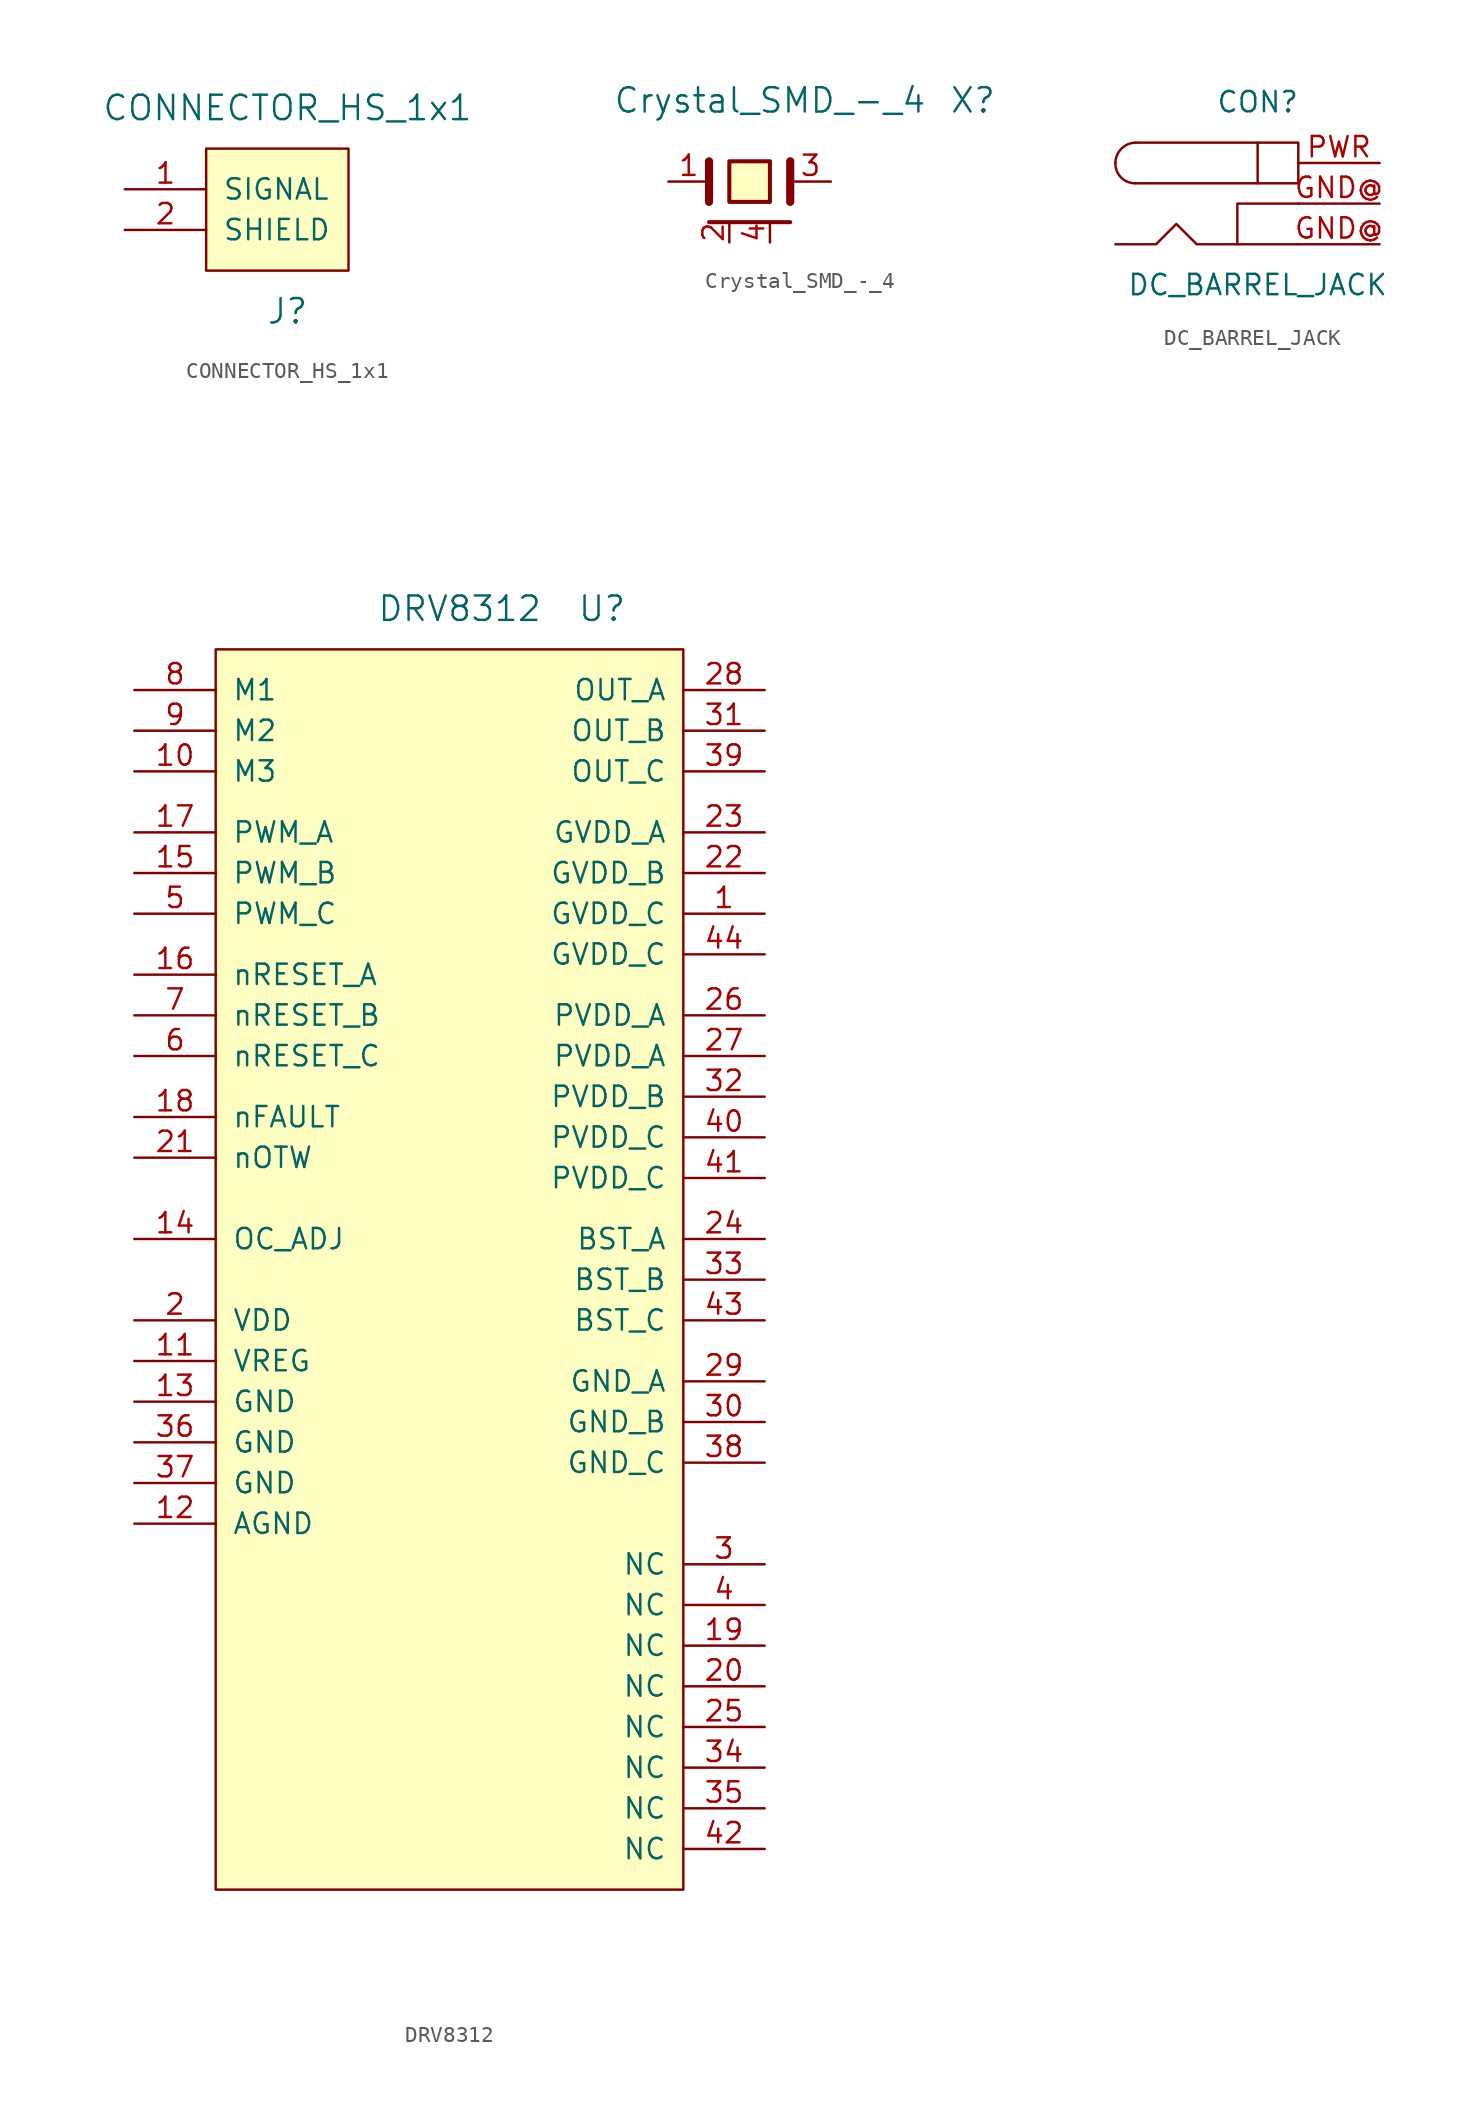
<source format=kicad_sym>
(kicad_symbol_lib
  (version 20211014)
  (generator kicad_symbol_editor)
  (symbol "CONNECTOR_HS_1x1"
    (pin_names
      (offset 1.016))
    (property "Reference" "J"
      (at 0 -6.35 0)
      (effects (font (size 1.524 1.524))))
    (property "Value" "CONNECTOR_HS_1x1"
      (at 0 6.35 0)
      (effects (font (size 1.524 1.524))))
    (symbol "CONNECTOR_HS_1x1_0_1"
      (rectangle (start -5.08 3.81) (end 3.81 -3.81) (stroke (width 0) (type default) (color 0 0 0 0)) (fill (type background))))
    (symbol "CONNECTOR_HS_1x1_1_1"
      (pin input line (at -10.16 1.27 0) (length 5.08) (name "SIGNAL" (effects (font (size 1.27 1.27)))) (number "1" (effects (font (size 1.27 1.27)))))
      (pin input line (at -10.16 -1.27 0) (length 5.08) (name "SHIELD" (effects (font (size 1.27 1.27)))) (number "2" (effects (font (size 1.27 1.27)))))))
  (symbol "Crystal_SMD_-_4"
    (pin_names
      (offset 1.016))
    (property "Reference" "X"
      (at 13.97 5.08 0)
      (effects (font (size 1.524 1.524))))
    (property "Value" "Crystal_SMD_-_4"
      (at 1.27 5.08 0)
      (effects (font (size 1.524 1.524))))
    (property "Footprint" ""
      (at 0 0 0)
      (effects (font (size 1.524 1.524))))
    (property "Datasheet" ""
      (at 0 0 0)
      (effects (font (size 1.524 1.524))))
    (symbol "Crystal_SMD_-_4_0_1"
      (rectangle (start -1.27 1.27) (end 1.27 -1.27) (stroke (width 0.254) (type default) (color 0 0 0 0)) (fill (type background)))
      (polyline (pts (xy -2.54 -2.54) (xy 2.54 -2.54)) (stroke (width 0.254) (type default) (color 0 0 0 0)) (fill (type none)))
      (polyline (pts (xy -2.54 -1.27) (xy -2.54 1.27)) (stroke (width 0.508) (type default) (color 0 0 0 0)) (fill (type none)))
      (polyline (pts (xy 2.54 -1.27) (xy 2.54 1.27)) (stroke (width 0.508) (type default) (color 0 0 0 0)) (fill (type none))))
    (symbol "Crystal_SMD_-_4_1_1"
      (pin input line (at -5.08 0 0) (length 2.54) (name "~" (effects (font (size 1.27 1.27)))) (number "1" (effects (font (size 1.27 1.27)))))
      (pin input line (at -1.27 -3.81 90) (length 1.27) (name "~" (effects (font (size 1.27 1.27)))) (number "2" (effects (font (size 1.27 1.27)))))
      (pin input line (at 5.08 0 180) (length 2.54) (name "~" (effects (font (size 1.27 1.27)))) (number "3" (effects (font (size 1.27 1.27)))))
      (pin input line (at 1.27 -3.81 90) (length 1.27) (name "~" (effects (font (size 1.27 1.27)))) (number "4" (effects (font (size 1.27 1.27)))))))
  (symbol "DC_BARREL_JACK"
    (pin_names
      (offset 1.016))
    (property "Reference" "CON"
      (at 0 6.35 0)
      (effects (font (size 1.27 1.27))))
    (property "Value" "DC_BARREL_JACK"
      (at 0 -5.08 0)
      (effects (font (size 1.27 1.27))))
    (property "Footprint" ""
      (at 0 0 0)
      (effects (font (size 1.27 1.27))))
    (property "Datasheet" ""
      (at 0 0 0)
      (effects (font (size 1.27 1.27))))
    (symbol "DC_BARREL_JACK_0_1"
      (arc (start -8.89 2.54) (mid -8.5271 1.6254) (end -7.62 1.27) (stroke (width 0) (type default) (color 0 0 0 0)) (fill (type none)))
      (arc (start -7.62 3.81) (mid -8.5088 3.4366) (end -8.89 2.54) (stroke (width 0) (type default) (color 0 0 0 0)) (fill (type none)))
      (polyline (pts (xy -7.62 1.27) (xy 0 1.27)) (stroke (width 0) (type default) (color 0 0 0 0)) (fill (type none)))
      (polyline (pts (xy 0 3.81) (xy -7.62 3.81)) (stroke (width 0) (type default) (color 0 0 0 0)) (fill (type none)))
      (polyline (pts (xy 2.54 0) (xy -1.27 0) (xy -1.27 -2.54)) (stroke (width 0) (type default) (color 0 0 0 0)) (fill (type none)))
      (polyline (pts (xy 2.54 -2.54) (xy -3.81 -2.54) (xy -5.08 -1.27) (xy -6.35 -2.54) (xy -8.89 -2.54)) (stroke (width 0) (type default) (color 0 0 0 0)) (fill (type none)))
      (rectangle (start 2.54 3.81) (end 0 1.27) (stroke (width 0) (type default) (color 0 0 0 0)) (fill (type none))))
    (symbol "DC_BARREL_JACK_1_1"
      (pin passive line (at 7.62 -2.54 180) (length 5.08) (name "~" (effects (font (size 1.27 1.27)))) (number "GND@" (effects (font (size 1.27 1.27)))))
      (pin passive line (at 7.62 0 180) (length 5.08) (name "~" (effects (font (size 1.27 1.27)))) (number "GND@" (effects (font (size 1.27 1.27)))))
      (pin passive line (at 7.62 2.54 180) (length 5.08) (name "~" (effects (font (size 1.27 1.27)))) (number "PWR" (effects (font (size 1.27 1.27)))))))
  (symbol "DRV8312"
    (pin_names
      (offset 1.016))
    (property "Reference" "U"
      (at 8.89 16.51 0)
      (effects (font (size 1.524 1.524))))
    (property "Value" "DRV8312"
      (at 0 16.51 0)
      (effects (font (size 1.524 1.524))))
    (property "Footprint" ""
      (at -7.62 0 0)
      (effects (font (size 1.524 1.524))))
    (property "Datasheet" ""
      (at -7.62 0 0)
      (effects (font (size 1.524 1.524))))
    (symbol "DRV8312_0_1"
      (rectangle (start -15.24 13.97) (end 13.97 -63.5) (stroke (width 0) (type default) (color 0 0 0 0)) (fill (type background))))
    (symbol "DRV8312_1_1"
      (pin input line (at 19.05 -2.54 180) (length 5.08) (name "GVDD_C" (effects (font (size 1.27 1.27)))) (number "1" (effects (font (size 1.27 1.27)))))
      (pin input line (at -20.32 6.35 0) (length 5.08) (name "M3" (effects (font (size 1.27 1.27)))) (number "10" (effects (font (size 1.27 1.27)))))
      (pin input line (at -20.32 -30.48 0) (length 5.08) (name "VREG" (effects (font (size 1.27 1.27)))) (number "11" (effects (font (size 1.27 1.27)))))
      (pin input line (at -20.32 -40.64 0) (length 5.08) (name "AGND" (effects (font (size 1.27 1.27)))) (number "12" (effects (font (size 1.27 1.27)))))
      (pin input line (at -20.32 -33.02 0) (length 5.08) (name "GND" (effects (font (size 1.27 1.27)))) (number "13" (effects (font (size 1.27 1.27)))))
      (pin input line (at -20.32 -22.86 0) (length 5.08) (name "OC_ADJ" (effects (font (size 1.27 1.27)))) (number "14" (effects (font (size 1.27 1.27)))))
      (pin input line (at -20.32 0 0) (length 5.08) (name "PWM_B" (effects (font (size 1.27 1.27)))) (number "15" (effects (font (size 1.27 1.27)))))
      (pin input line (at -20.32 -6.35 0) (length 5.08) (name "nRESET_A" (effects (font (size 1.27 1.27)))) (number "16" (effects (font (size 1.27 1.27)))))
      (pin input line (at -20.32 2.54 0) (length 5.08) (name "PWM_A" (effects (font (size 1.27 1.27)))) (number "17" (effects (font (size 1.27 1.27)))))
      (pin input line (at -20.32 -15.24 0) (length 5.08) (name "nFAULT" (effects (font (size 1.27 1.27)))) (number "18" (effects (font (size 1.27 1.27)))))
      (pin input line (at 19.05 -48.26 180) (length 5.08) (name "NC" (effects (font (size 1.27 1.27)))) (number "19" (effects (font (size 1.27 1.27)))))
      (pin input line (at -20.32 -27.94 0) (length 5.08) (name "VDD" (effects (font (size 1.27 1.27)))) (number "2" (effects (font (size 1.27 1.27)))))
      (pin input line (at 19.05 -50.8 180) (length 5.08) (name "NC" (effects (font (size 1.27 1.27)))) (number "20" (effects (font (size 1.27 1.27)))))
      (pin input line (at -20.32 -17.78 0) (length 5.08) (name "nOTW" (effects (font (size 1.27 1.27)))) (number "21" (effects (font (size 1.27 1.27)))))
      (pin input line (at 19.05 0 180) (length 5.08) (name "GVDD_B" (effects (font (size 1.27 1.27)))) (number "22" (effects (font (size 1.27 1.27)))))
      (pin input line (at 19.05 2.54 180) (length 5.08) (name "GVDD_A" (effects (font (size 1.27 1.27)))) (number "23" (effects (font (size 1.27 1.27)))))
      (pin input line (at 19.05 -22.86 180) (length 5.08) (name "BST_A" (effects (font (size 1.27 1.27)))) (number "24" (effects (font (size 1.27 1.27)))))
      (pin input line (at 19.05 -53.34 180) (length 5.08) (name "NC" (effects (font (size 1.27 1.27)))) (number "25" (effects (font (size 1.27 1.27)))))
      (pin input line (at 19.05 -8.89 180) (length 5.08) (name "PVDD_A" (effects (font (size 1.27 1.27)))) (number "26" (effects (font (size 1.27 1.27)))))
      (pin input line (at 19.05 -11.43 180) (length 5.08) (name "PVDD_A" (effects (font (size 1.27 1.27)))) (number "27" (effects (font (size 1.27 1.27)))))
      (pin input line (at 19.05 11.43 180) (length 5.08) (name "OUT_A" (effects (font (size 1.27 1.27)))) (number "28" (effects (font (size 1.27 1.27)))))
      (pin input line (at 19.05 -31.75 180) (length 5.08) (name "GND_A" (effects (font (size 1.27 1.27)))) (number "29" (effects (font (size 1.27 1.27)))))
      (pin input line (at 19.05 -43.18 180) (length 5.08) (name "NC" (effects (font (size 1.27 1.27)))) (number "3" (effects (font (size 1.27 1.27)))))
      (pin input line (at 19.05 -34.29 180) (length 5.08) (name "GND_B" (effects (font (size 1.27 1.27)))) (number "30" (effects (font (size 1.27 1.27)))))
      (pin input line (at 19.05 8.89 180) (length 5.08) (name "OUT_B" (effects (font (size 1.27 1.27)))) (number "31" (effects (font (size 1.27 1.27)))))
      (pin input line (at 19.05 -13.97 180) (length 5.08) (name "PVDD_B" (effects (font (size 1.27 1.27)))) (number "32" (effects (font (size 1.27 1.27)))))
      (pin input line (at 19.05 -25.4 180) (length 5.08) (name "BST_B" (effects (font (size 1.27 1.27)))) (number "33" (effects (font (size 1.27 1.27)))))
      (pin input line (at 19.05 -55.88 180) (length 5.08) (name "NC" (effects (font (size 1.27 1.27)))) (number "34" (effects (font (size 1.27 1.27)))))
      (pin input line (at 19.05 -58.42 180) (length 5.08) (name "NC" (effects (font (size 1.27 1.27)))) (number "35" (effects (font (size 1.27 1.27)))))
      (pin input line (at -20.32 -35.56 0) (length 5.08) (name "GND" (effects (font (size 1.27 1.27)))) (number "36" (effects (font (size 1.27 1.27)))))
      (pin input line (at -20.32 -38.1 0) (length 5.08) (name "GND" (effects (font (size 1.27 1.27)))) (number "37" (effects (font (size 1.27 1.27)))))
      (pin input line (at 19.05 -36.83 180) (length 5.08) (name "GND_C" (effects (font (size 1.27 1.27)))) (number "38" (effects (font (size 1.27 1.27)))))
      (pin input line (at 19.05 6.35 180) (length 5.08) (name "OUT_C" (effects (font (size 1.27 1.27)))) (number "39" (effects (font (size 1.27 1.27)))))
      (pin input line (at 19.05 -45.72 180) (length 5.08) (name "NC" (effects (font (size 1.27 1.27)))) (number "4" (effects (font (size 1.27 1.27)))))
      (pin input line (at 19.05 -16.51 180) (length 5.08) (name "PVDD_C" (effects (font (size 1.27 1.27)))) (number "40" (effects (font (size 1.27 1.27)))))
      (pin input line (at 19.05 -19.05 180) (length 5.08) (name "PVDD_C" (effects (font (size 1.27 1.27)))) (number "41" (effects (font (size 1.27 1.27)))))
      (pin input line (at 19.05 -60.96 180) (length 5.08) (name "NC" (effects (font (size 1.27 1.27)))) (number "42" (effects (font (size 1.27 1.27)))))
      (pin input line (at 19.05 -27.94 180) (length 5.08) (name "BST_C" (effects (font (size 1.27 1.27)))) (number "43" (effects (font (size 1.27 1.27)))))
      (pin input line (at 19.05 -5.08 180) (length 5.08) (name "GVDD_C" (effects (font (size 1.27 1.27)))) (number "44" (effects (font (size 1.27 1.27)))))
      (pin input line (at -20.32 -2.54 0) (length 5.08) (name "PWM_C" (effects (font (size 1.27 1.27)))) (number "5" (effects (font (size 1.27 1.27)))))
      (pin input line (at -20.32 -11.43 0) (length 5.08) (name "nRESET_C" (effects (font (size 1.27 1.27)))) (number "6" (effects (font (size 1.27 1.27)))))
      (pin input line (at -20.32 -8.89 0) (length 5.08) (name "nRESET_B" (effects (font (size 1.27 1.27)))) (number "7" (effects (font (size 1.27 1.27)))))
      (pin input line (at -20.32 11.43 0) (length 5.08) (name "M1" (effects (font (size 1.27 1.27)))) (number "8" (effects (font (size 1.27 1.27)))))
      (pin input line (at -20.32 8.89 0) (length 5.08) (name "M2" (effects (font (size 1.27 1.27)))) (number "9" (effects (font (size 1.27 1.27))))))))
</source>
